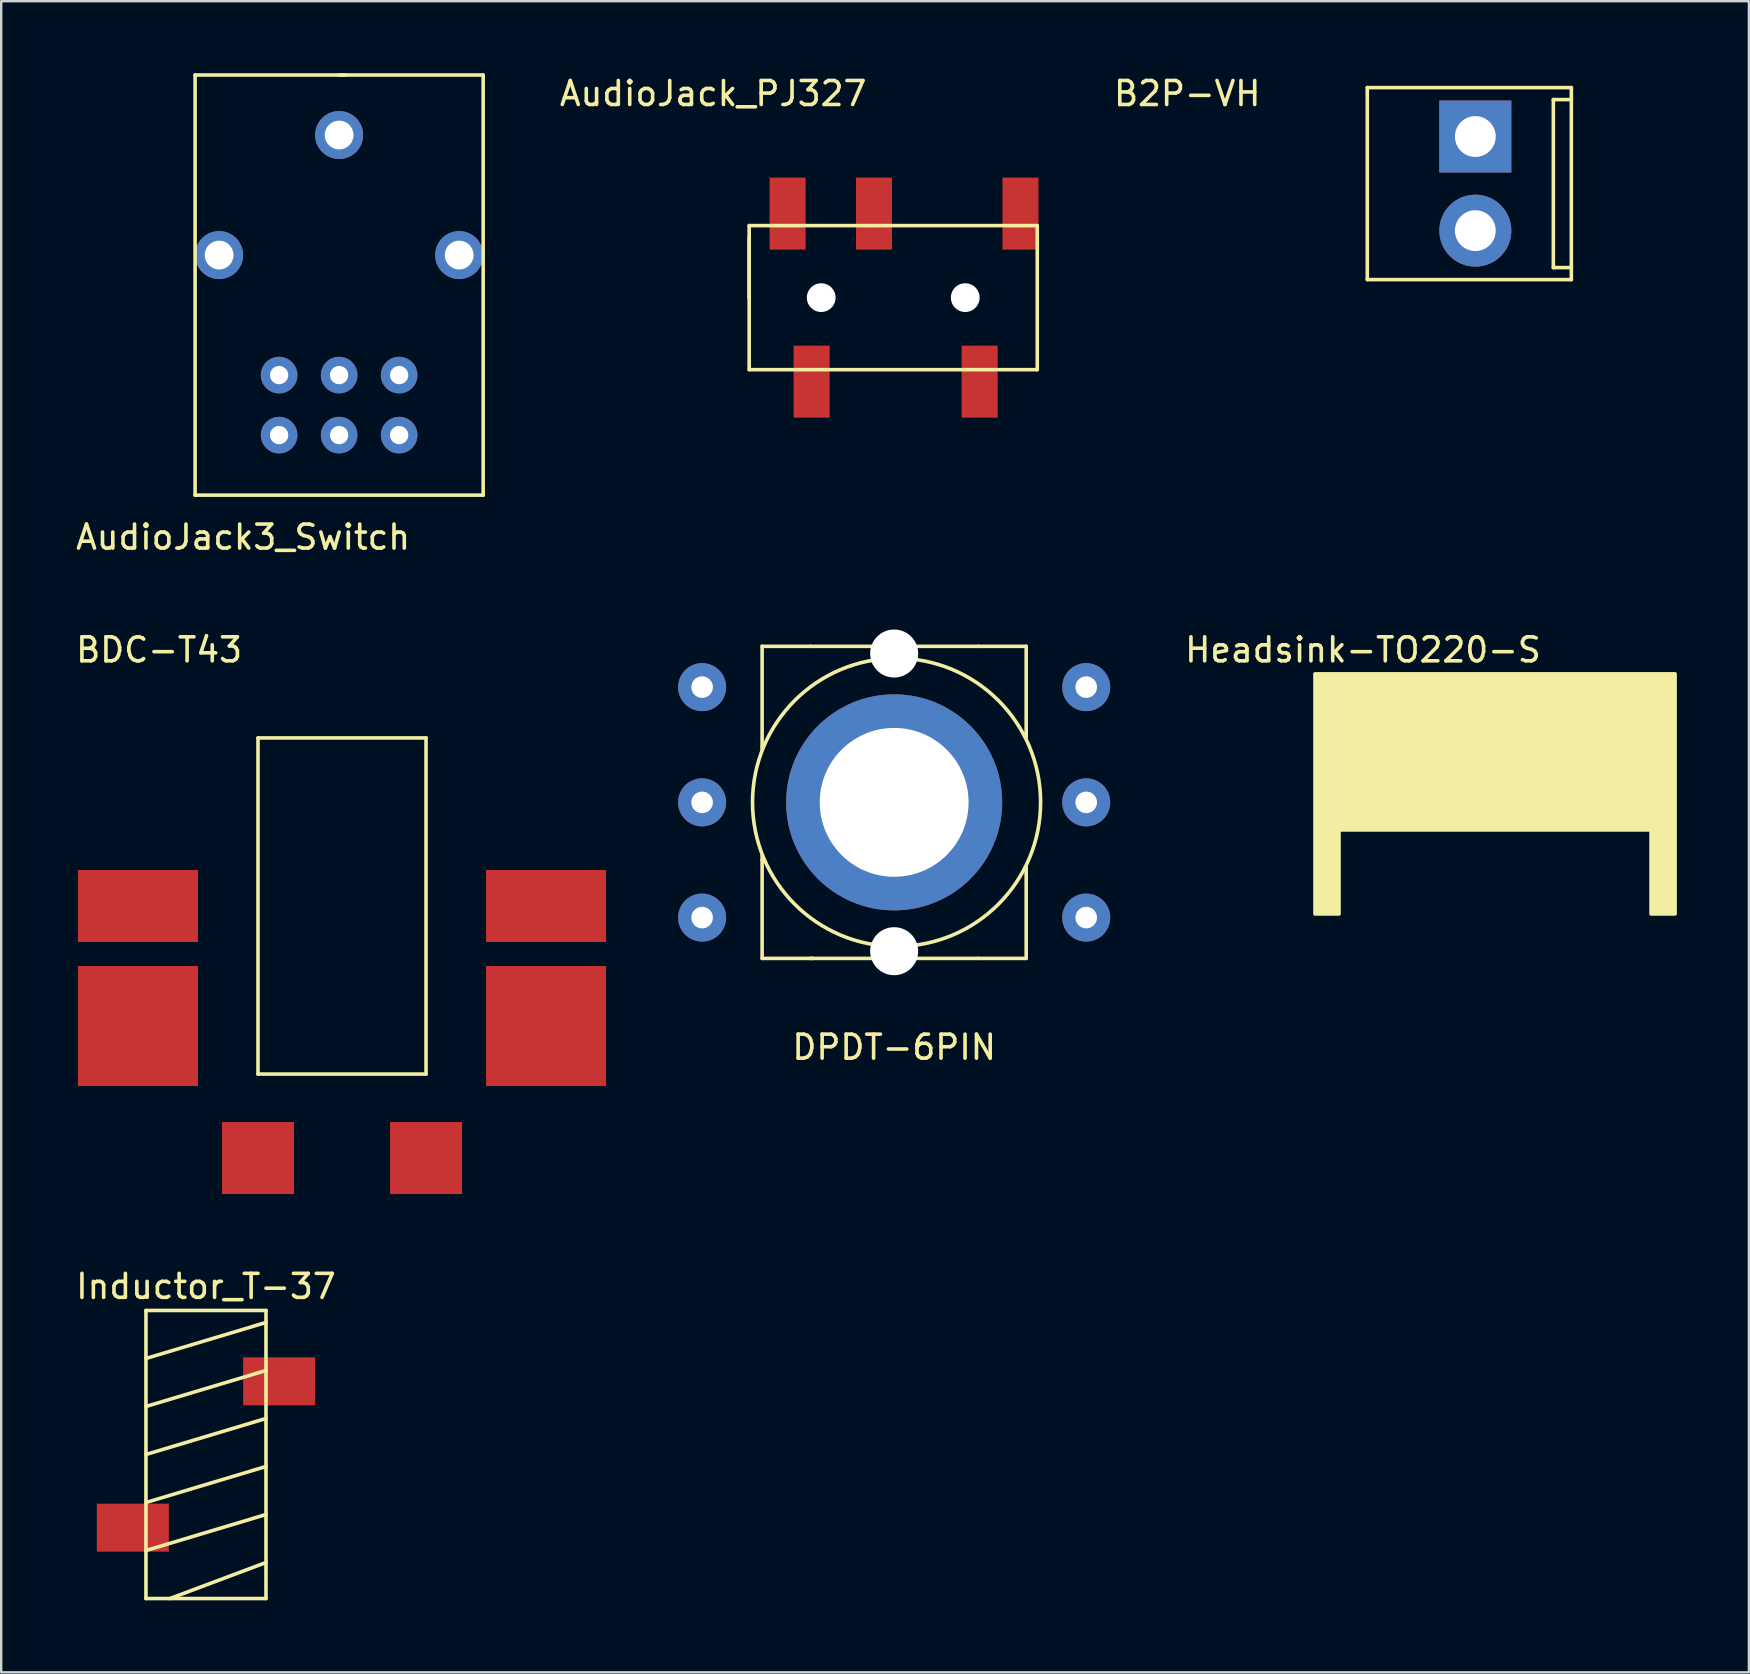
<source format=kicad_pcb>
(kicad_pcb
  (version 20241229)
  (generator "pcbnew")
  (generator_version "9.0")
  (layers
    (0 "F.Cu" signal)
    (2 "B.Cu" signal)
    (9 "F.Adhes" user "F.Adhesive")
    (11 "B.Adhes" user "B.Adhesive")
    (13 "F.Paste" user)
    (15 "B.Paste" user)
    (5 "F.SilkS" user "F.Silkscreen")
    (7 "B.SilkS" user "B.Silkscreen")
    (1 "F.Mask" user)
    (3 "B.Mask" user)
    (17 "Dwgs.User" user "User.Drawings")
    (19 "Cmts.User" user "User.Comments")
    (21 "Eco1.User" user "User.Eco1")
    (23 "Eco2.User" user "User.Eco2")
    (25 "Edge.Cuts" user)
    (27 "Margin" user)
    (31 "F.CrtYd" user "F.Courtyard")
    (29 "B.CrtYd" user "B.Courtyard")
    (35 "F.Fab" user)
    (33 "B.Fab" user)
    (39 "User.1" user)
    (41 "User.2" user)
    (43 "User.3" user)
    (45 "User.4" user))
  (footprint "Inductor_T-37"
    (layer "F.Cu")
    (at 5.53 57.538)
    (property "Reference" "Inductor_T-37" (at 0 -7 0) (layer "F.SilkS") (effects (font (size 1 1) (thickness 0.15))))
    (attr smd)
    (fp_line (start -2.5 -6) (end -2.5 6) (stroke (width 0.15) (type solid)) (layer "F.SilkS"))
    (fp_line (start -2.5 -4) (end 2.5 -5.5) (stroke (width 0.15) (type solid)) (layer "F.SilkS"))
    (fp_line (start -2.5 -2) (end 2.5 -3.5) (stroke (width 0.15) (type solid)) (layer "F.SilkS"))
    (fp_line (start -2.5 0) (end 2.5 -1.5) (stroke (width 0.15) (type solid)) (layer "F.SilkS"))
    (fp_line (start -2.5 2) (end 2.5 0.5) (stroke (width 0.15) (type solid)) (layer "F.SilkS"))
    (fp_line (start -2.5 4) (end 2.5 2.5) (stroke (width 0.15) (type solid)) (layer "F.SilkS"))
    (fp_line (start -2.5 6) (end 2.5 6) (stroke (width 0.15) (type solid)) (layer "F.SilkS"))
    (fp_line (start 2.5 -6) (end -2.5 -6) (stroke (width 0.15) (type solid)) (layer "F.SilkS"))
    (fp_line (start 2.5 4.5) (end -1.5 6) (stroke (width 0.15) (type solid)) (layer "F.SilkS"))
    (fp_line (start 2.5 6) (end 2.5 -6) (stroke (width 0.15) (type solid)) (layer "F.SilkS"))
    (pad "1" smd rect (at 3.048 -3.048) (size 3 2) (layers "F.Cu" "F.Mask" "F.Paste"))
    (pad "2" smd rect (at -3.048 3.048) (size 3 2) (layers "F.Cu" "F.Mask" "F.Paste")))
  (footprint "BDC-T43"
    (layer "F.Cu")
    (at 11.197 34.69)
    (property "Reference" "BDC-T43" (at -7.62 -10.668 0) (layer "F.SilkS") (effects (font (size 1 1) (thickness 0.15))))
    (attr through_hole)
    (fp_line (start -3.5 -7) (end 3.5 -7) (stroke (width 0.15) (type solid)) (layer "F.SilkS"))
    (fp_line (start -3.5 7) (end -3.5 -7) (stroke (width 0.15) (type solid)) (layer "F.SilkS"))
    (fp_line (start 3.5 -7) (end 3.5 7) (stroke (width 0.15) (type solid)) (layer "F.SilkS"))
    (fp_line (start 3.5 7) (end -3.5 7) (stroke (width 0.15) (type solid)) (layer "F.SilkS"))
    (pad "1" smd rect (at -8.5 0) (size 5 3) (layers "F.Cu" "F.Mask" "F.Paste"))
    (pad "2" smd rect (at 8.5 0) (size 5 3) (layers "F.Cu" "F.Mask" "F.Paste"))
    (pad "3" smd rect (at -8.5 5) (size 5 5) (layers "F.Cu" "F.Mask" "F.Paste"))
    (pad "4" smd rect (at 8.5 5) (size 5 5) (layers "F.Cu" "F.Mask" "F.Paste"))
    (pad "5" smd rect (at -3.5 10.5) (size 3 3) (layers "F.Cu" "F.Mask" "F.Paste"))
    (pad "6" smd rect (at 3.5 10.5) (size 3 3) (layers "F.Cu" "F.Mask" "F.Paste")))
  (footprint "Headsink-TO220-S"
    (layer "F.Cu")
    (at 59.227 31.521)
    (property "Reference" "Headsink-TO220-S" (at -5.5 -7.5 0) (layer "F.SilkS") (effects (font (size 1 1) (thickness 0.15))))
    (attr through_hole)
    (fp_poly (pts (xy -6.5 0) (xy 6.5 0) (xy 6.5 3.5) (xy 7.5 3.5) (xy 7.5 -6.5) (xy -7.5 -6.5) (xy -7.5 3.5) (xy -6.5 3.5)) (stroke (width 0.15) (type solid)) (fill yes) (layer "F.SilkS")))
  (footprint "B2P-VH"
    (layer "F.Cu")
    (at 58.406 4.598)
    (property "Reference" "B2P-VH" (at -12 -3.75 0) (layer "F.SilkS") (effects (font (size 1 1) (thickness 0.15))))
    (attr through_hole)
    (fp_line (start -4.5 -4) (end 4 -4) (stroke (width 0.15) (type solid)) (layer "F.SilkS"))
    (fp_line (start -4.5 4) (end -4.5 -4) (stroke (width 0.15) (type solid)) (layer "F.SilkS"))
    (fp_line (start 3.25 -3.5) (end 3.25 3.5) (stroke (width 0.15) (type solid)) (layer "F.SilkS"))
    (fp_line (start 3.25 3.5) (end 4 3.5) (stroke (width 0.15) (type solid)) (layer "F.SilkS"))
    (fp_line (start 4 -4) (end 4 4) (stroke (width 0.15) (type solid)) (layer "F.SilkS"))
    (fp_line (start 4 -3.5) (end 3.25 -3.5) (stroke (width 0.15) (type solid)) (layer "F.SilkS"))
    (fp_line (start 4 4) (end -4.5 4) (stroke (width 0.15) (type solid)) (layer "F.SilkS"))
    (pad "1" thru_hole rect (at 0 -1.96) (size 3 3) (drill 1.7) (layers "*.Cu" "*.Mask"))
    (pad "2" thru_hole circle (at 0 1.96) (size 3 3) (drill 1.7) (layers "*.Cu" "*.Mask")))
  (footprint "AudioJack3_Switch"
    (layer "F.Cu")
    (at 11.077 12.575)
    (property "Reference" "AudioJack3_Switch" (at -4 6.75 0) (layer "F.SilkS") (effects (font (size 1 1) (thickness 0.15))))
    (attr through_hole)
    (fp_line (start -6 -12.5) (end 0.25 -12.5) (stroke (width 0.15) (type solid)) (layer "F.SilkS"))
    (fp_line (start -6 5) (end -6 -12.5) (stroke (width 0.15) (type solid)) (layer "F.SilkS"))
    (fp_line (start 0 -12.5) (end 6 -12.5) (stroke (width 0.15) (type solid)) (layer "F.SilkS"))
    (fp_line (start 6 -12.5) (end 6 5) (stroke (width 0.15) (type solid)) (layer "F.SilkS"))
    (fp_line (start 6 5) (end -6 5) (stroke (width 0.15) (type solid)) (layer "F.SilkS"))
    (pad "1" thru_hole circle (at -2.5 0) (size 1.524 1.524) (drill 0.762) (layers "*.Cu" "*.Mask"))
    (pad "2" thru_hole circle (at 0 0) (size 1.524 1.524) (drill 0.762) (layers "*.Cu" "*.Mask"))
    (pad "3" thru_hole circle (at 2.5 0) (size 1.524 1.524) (drill 0.762) (layers "*.Cu" "*.Mask"))
    (pad "4" thru_hole circle (at -2.5 2.5) (size 1.524 1.524) (drill 0.762) (layers "*.Cu" "*.Mask"))
    (pad "5" thru_hole circle (at 0 2.5) (size 1.524 1.524) (drill 0.762) (layers "*.Cu" "*.Mask"))
    (pad "6" thru_hole circle (at 2.5 2.5) (size 1.524 1.524) (drill 0.762) (layers "*.Cu" "*.Mask"))
    (pad "R" thru_hole circle (at -5 -5) (size 2 2) (drill 1.2) (layers "*.Cu" "*.Mask"))
    (pad "S" thru_hole circle (at 0 -10) (size 2 2) (drill 1.2) (layers "*.Cu" "*.Mask"))
    (pad "T" thru_hole circle (at 5 -5) (size 2 2) (drill 1.2) (layers "*.Cu" "*.Mask")))
  (footprint "DPDT-6PIN"
    (layer "F.Cu")
    (at 34.197 30.373)
    (property "Reference" "DPDT-6PIN" (at 0 10.2 0) (layer "F.SilkS") (effects (font (size 1 1) (thickness 0.15))))
    (attr through_hole)
    (fp_line (start -5.5 -6.5) (end -5.5 -2.3) (stroke (width 0.15) (type solid)) (layer "F.SilkS"))
    (fp_line (start -5.5 -2.3) (end -5.5 -2.2) (stroke (width 0.15) (type solid)) (layer "F.SilkS"))
    (fp_line (start -5.5 2.4) (end -5.5 2.2) (stroke (width 0.15) (type solid)) (layer "F.SilkS"))
    (fp_line (start -5.5 6.5) (end -5.5 2.4) (stroke (width 0.15) (type solid)) (layer "F.SilkS"))
    (fp_line (start -3.5 -6.5) (end -5.5 -6.5) (stroke (width 0.15) (type solid)) (layer "F.SilkS"))
    (fp_line (start -3.5 -6.5) (end 3.5 -6.5) (stroke (width 0.15) (type solid)) (layer "F.SilkS"))
    (fp_line (start -3.4 6.5) (end -5.5 6.5) (stroke (width 0.15) (type solid)) (layer "F.SilkS"))
    (fp_line (start 3.5 -6.5) (end 5.5 -6.5) (stroke (width 0.15) (type solid)) (layer "F.SilkS"))
    (fp_line (start 3.5 6.5) (end -3.5 6.5) (stroke (width 0.15) (type solid)) (layer "F.SilkS"))
    (fp_line (start 3.5 6.5) (end 5.5 6.5) (stroke (width 0.15) (type solid)) (layer "F.SilkS"))
    (fp_line (start 5.5 -6.5) (end 5.5 -2.7) (stroke (width 0.15) (type solid)) (layer "F.SilkS"))
    (fp_line (start 5.5 6.5) (end 5.5 2.7) (stroke (width 0.15) (type solid)) (layer "F.SilkS"))
    (fp_circle (center 0.1 0) (end 6.1 0) (stroke (width 0.15) (type solid)) (fill no) (layer "F.SilkS"))
    (pad "" np_thru_hole circle (at 0 -6.2) (size 2 2) (drill 2) (layers "*.Cu" "*.Mask"))
    (pad "" np_thru_hole circle (at 0 6.2) (size 2 2) (drill 2) (layers "*.Cu" "*.Mask"))
    (pad "1" thru_hole circle (at 8 4.8) (size 2 2) (drill 0.9) (layers "*.Cu" "*.Mask"))
    (pad "2" thru_hole circle (at 8 0) (size 2 2) (drill 0.9) (layers "*.Cu" "*.Mask"))
    (pad "3" thru_hole circle (at 8 -4.8) (size 2 2) (drill 0.9) (layers "*.Cu" "*.Mask"))
    (pad "4" thru_hole circle (at -8 4.8) (size 2 2) (drill 0.9) (layers "*.Cu" "*.Mask"))
    (pad "5" thru_hole circle (at -8 0) (size 2 2) (drill 0.9) (layers "*.Cu" "*.Mask"))
    (pad "6" thru_hole circle (at -8 -4.8) (size 2 2) (drill 0.9) (layers "*.Cu" "*.Mask"))
    (pad "7" thru_hole circle (at 0 0) (size 9 9) (drill 6.2) (layers "*.Cu" "*.Mask")))
  (footprint "AudioJack_PJ327"
    (layer "F.Cu")
    (at 28.158 9.348)
    (property "Reference" "AudioJack_PJ327" (at -1.5 -8.5 0) (layer "F.SilkS") (effects (font (size 1 1) (thickness 0.15))))
    (attr through_hole)
    (fp_line (start 0 -3) (end 12 -3) (stroke (width 0.15) (type solid)) (layer "F.SilkS"))
    (fp_line (start 0 0) (end 0 -3) (stroke (width 0.15) (type solid)) (layer "F.SilkS"))
    (fp_line (start 0 0) (end 0 -2.5) (stroke (width 0.15) (type solid)) (layer "F.SilkS"))
    (fp_line (start 0 3) (end 0 0) (stroke (width 0.15) (type solid)) (layer "F.SilkS"))
    (fp_line (start 12 -3) (end 12 3) (stroke (width 0.15) (type solid)) (layer "F.SilkS"))
    (fp_line (start 12 3) (end 0 3) (stroke (width 0.15) (type solid)) (layer "F.SilkS"))
    (pad "" np_thru_hole circle (at 3 0) (size 1.2 1.2) (drill 1.2) (layers "*.Cu" "*.Mask"))
    (pad "" np_thru_hole circle (at 9 0) (size 1.2 1.2) (drill 1.2) (layers "*.Cu" "*.Mask"))
    (pad "1" smd rect (at 2.6 3.5) (size 1.5 3) (layers "F.Cu" "F.Mask" "F.Paste"))
    (pad "2" smd rect (at 9.6 3.5) (size 1.5 3) (layers "F.Cu" "F.Mask" "F.Paste"))
    (pad "3" smd rect (at 1.6 -3.5) (size 1.5 3) (layers "F.Cu" "F.Mask" "F.Paste"))
    (pad "4" smd rect (at 5.2 -3.5) (size 1.5 3) (layers "F.Cu" "F.Mask" "F.Paste"))
    (pad "5" smd rect (at 11.3 -3.5) (size 1.5 3) (layers "F.Cu" "F.Mask" "F.Paste")))
  (gr_rect
    (start -3 -3)
    (end 69.802 66.613)
    (stroke (width 0.1) (type default))
    (fill no)
    (layer "Edge.Cuts")))
</source>
